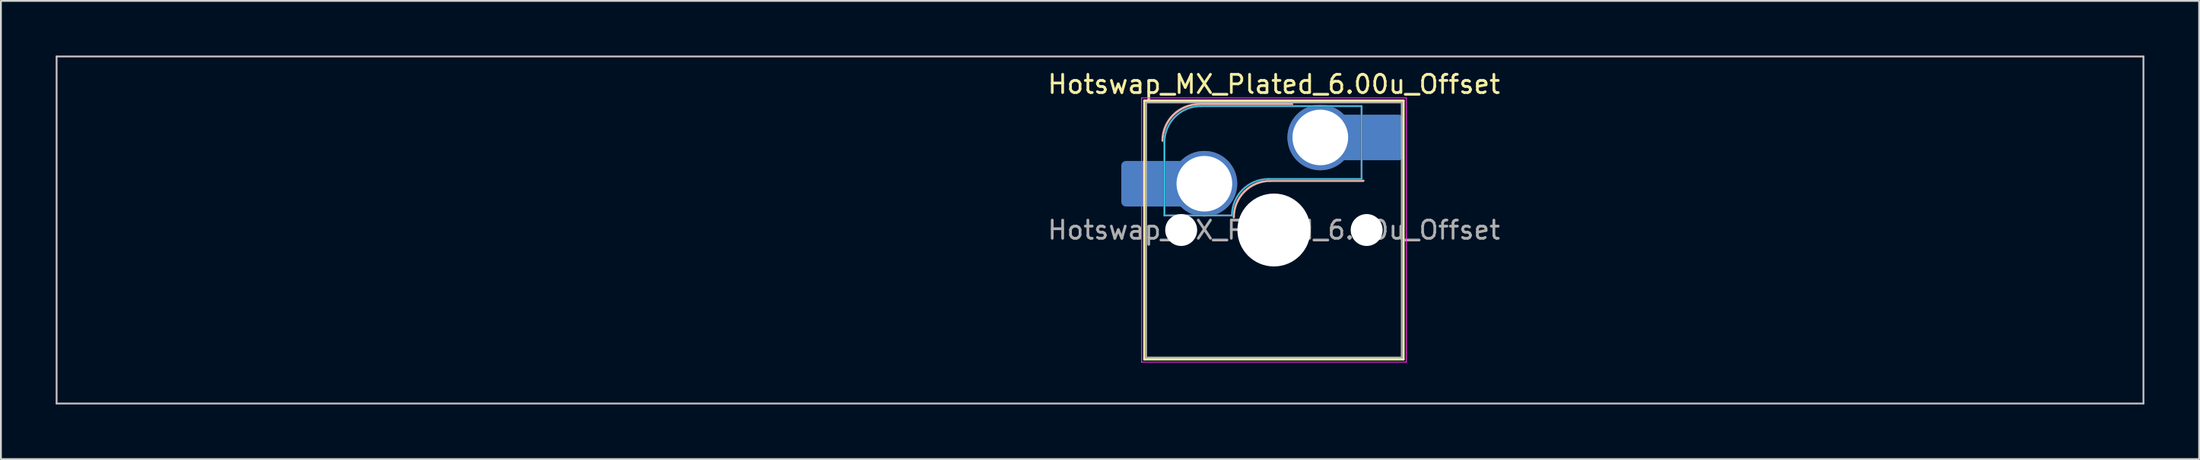
<source format=kicad_pcb>
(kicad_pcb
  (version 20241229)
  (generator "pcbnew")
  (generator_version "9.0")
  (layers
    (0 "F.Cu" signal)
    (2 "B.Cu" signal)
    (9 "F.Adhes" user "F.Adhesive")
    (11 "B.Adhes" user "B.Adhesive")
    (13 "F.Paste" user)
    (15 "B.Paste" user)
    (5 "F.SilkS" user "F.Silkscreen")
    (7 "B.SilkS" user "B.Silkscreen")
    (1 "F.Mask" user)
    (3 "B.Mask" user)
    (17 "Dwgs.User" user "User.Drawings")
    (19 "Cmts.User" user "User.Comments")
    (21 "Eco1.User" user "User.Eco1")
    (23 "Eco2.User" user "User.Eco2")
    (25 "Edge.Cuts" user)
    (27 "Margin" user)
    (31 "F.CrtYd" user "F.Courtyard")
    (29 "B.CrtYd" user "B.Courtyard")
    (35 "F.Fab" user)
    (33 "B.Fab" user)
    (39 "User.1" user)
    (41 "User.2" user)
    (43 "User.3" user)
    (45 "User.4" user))
  (footprint "Hotswap_MX_Plated_6.00u_Offset"
    (layer "F.Cu")
    (at 66.725 9.575)
    (property "Reference" "Hotswap_MX_Plated_6.00u_Offset" (at 0 -8 0) (layer "F.SilkS") (effects (font (size 1 1) (thickness 0.15))))
    (attr smd allow_soldermask_bridges)
    (fp_line (start -7.1 -7.1) (end -7.1 7.1) (stroke (width 0.12) (type solid)) (layer "F.SilkS"))
    (fp_line (start -7.1 7.1) (end 7.1 7.1) (stroke (width 0.12) (type solid)) (layer "F.SilkS"))
    (fp_line (start 7.1 -7.1) (end -7.1 -7.1) (stroke (width 0.12) (type solid)) (layer "F.SilkS"))
    (fp_line (start 7.1 7.1) (end 7.1 -7.1) (stroke (width 0.12) (type solid)) (layer "F.SilkS"))
    (fp_line (start -4.1 -6.9) (end 1 -6.9) (stroke (width 0.12) (type solid)) (layer "B.SilkS"))
    (fp_line (start -0.2 -2.7) (end 4.9 -2.7) (stroke (width 0.12) (type solid)) (layer "B.SilkS"))
    (fp_arc (start -6.1 -4.9) (mid -5.514214 -6.314214) (end -4.1 -6.9) (stroke (width 0.12) (type solid)) (layer "B.SilkS"))
    (fp_arc (start -2.2 -0.7) (mid -1.614214 -2.114214) (end -0.2 -2.7) (stroke (width 0.12) (type solid)) (layer "B.SilkS"))
    (fp_line (start -66.675 -9.525) (end -66.675 9.525) (stroke (width 0.1) (type solid)) (layer "Dwgs.User"))
    (fp_line (start -66.675 9.525) (end 47.625 9.525) (stroke (width 0.1) (type solid)) (layer "Dwgs.User"))
    (fp_line (start 47.625 -9.525) (end -66.675 -9.525) (stroke (width 0.1) (type solid)) (layer "Dwgs.User"))
    (fp_line (start 47.625 9.525) (end 47.625 -9.525) (stroke (width 0.1) (type solid)) (layer "Dwgs.User"))
    (fp_line (start -7.8 -6) (end -7 -6) (stroke (width 0.1) (type solid)) (layer "Eco1.User"))
    (fp_line (start -7.8 -2.9) (end -7.8 -6) (stroke (width 0.1) (type solid)) (layer "Eco1.User"))
    (fp_line (start -7.8 2.9) (end -7 2.9) (stroke (width 0.1) (type solid)) (layer "Eco1.User"))
    (fp_line (start -7.8 6) (end -7.8 2.9) (stroke (width 0.1) (type solid)) (layer "Eco1.User"))
    (fp_line (start -7 -7) (end 7 -7) (stroke (width 0.1) (type solid)) (layer "Eco1.User"))
    (fp_line (start -7 -6) (end -7 -7) (stroke (width 0.1) (type solid)) (layer "Eco1.User"))
    (fp_line (start -7 -2.9) (end -7.8 -2.9) (stroke (width 0.1) (type solid)) (layer "Eco1.User"))
    (fp_line (start -7 2.9) (end -7 -2.9) (stroke (width 0.1) (type solid)) (layer "Eco1.User"))
    (fp_line (start -7 6) (end -7.8 6) (stroke (width 0.1) (type solid)) (layer "Eco1.User"))
    (fp_line (start -7 7) (end -7 6) (stroke (width 0.1) (type solid)) (layer "Eco1.User"))
    (fp_line (start 7 -7) (end 7 -6) (stroke (width 0.1) (type solid)) (layer "Eco1.User"))
    (fp_line (start 7 -6) (end 7.8 -6) (stroke (width 0.1) (type solid)) (layer "Eco1.User"))
    (fp_line (start 7 -2.9) (end 7 2.9) (stroke (width 0.1) (type solid)) (layer "Eco1.User"))
    (fp_line (start 7 2.9) (end 7.8 2.9) (stroke (width 0.1) (type solid)) (layer "Eco1.User"))
    (fp_line (start 7 6) (end 7 7) (stroke (width 0.1) (type solid)) (layer "Eco1.User"))
    (fp_line (start 7 7) (end -7 7) (stroke (width 0.1) (type solid)) (layer "Eco1.User"))
    (fp_line (start 7.8 -6) (end 7.8 -2.9) (stroke (width 0.1) (type solid)) (layer "Eco1.User"))
    (fp_line (start 7.8 -2.9) (end 7 -2.9) (stroke (width 0.1) (type solid)) (layer "Eco1.User"))
    (fp_line (start 7.8 2.9) (end 7.8 6) (stroke (width 0.1) (type solid)) (layer "Eco1.User"))
    (fp_line (start 7.8 6) (end 7 6) (stroke (width 0.1) (type solid)) (layer "Eco1.User"))
    (fp_line (start -6 -0.8) (end -6 -4.8) (stroke (width 0.05) (type solid)) (layer "B.CrtYd"))
    (fp_line (start -6 -0.8) (end -2.3 -0.8) (stroke (width 0.05) (type solid)) (layer "B.CrtYd"))
    (fp_line (start -4 -6.8) (end 4.8 -6.8) (stroke (width 0.05) (type solid)) (layer "B.CrtYd"))
    (fp_line (start -0.3 -2.8) (end 4.8 -2.8) (stroke (width 0.05) (type solid)) (layer "B.CrtYd"))
    (fp_line (start 4.8 -6.8) (end 4.8 -2.8) (stroke (width 0.05) (type solid)) (layer "B.CrtYd"))
    (fp_arc (start -6 -4.8) (mid -5.414214 -6.214214) (end -4 -6.8) (stroke (width 0.05) (type solid)) (layer "B.CrtYd"))
    (fp_arc (start -2.3 -0.8) (mid -1.714214 -2.214214) (end -0.3 -2.8) (stroke (width 0.05) (type solid)) (layer "B.CrtYd"))
    (fp_line (start -7.25 -7.25) (end -7.25 7.25) (stroke (width 0.05) (type solid)) (layer "F.CrtYd"))
    (fp_line (start -7.25 7.25) (end 7.25 7.25) (stroke (width 0.05) (type solid)) (layer "F.CrtYd"))
    (fp_line (start 7.25 -7.25) (end -7.25 -7.25) (stroke (width 0.05) (type solid)) (layer "F.CrtYd"))
    (fp_line (start 7.25 7.25) (end 7.25 -7.25) (stroke (width 0.05) (type solid)) (layer "F.CrtYd"))
    (fp_line (start -6 -0.8) (end -6 -4.8) (stroke (width 0.12) (type solid)) (layer "B.Fab"))
    (fp_line (start -6 -0.8) (end -2.3 -0.8) (stroke (width 0.12) (type solid)) (layer "B.Fab"))
    (fp_line (start -4 -6.8) (end 4.8 -6.8) (stroke (width 0.12) (type solid)) (layer "B.Fab"))
    (fp_line (start -0.3 -2.8) (end 4.8 -2.8) (stroke (width 0.12) (type solid)) (layer "B.Fab"))
    (fp_line (start 4.8 -6.8) (end 4.8 -2.8) (stroke (width 0.12) (type solid)) (layer "B.Fab"))
    (fp_arc (start -6 -4.8) (mid -5.414214 -6.214214) (end -4 -6.8) (stroke (width 0.12) (type solid)) (layer "B.Fab"))
    (fp_arc (start -2.3 -0.8) (mid -1.714214 -2.214214) (end -0.3 -2.8) (stroke (width 0.12) (type solid)) (layer "B.Fab"))
    (fp_line (start -7 -7) (end -7 7) (stroke (width 0.1) (type solid)) (layer "F.Fab"))
    (fp_line (start -7 7) (end 7 7) (stroke (width 0.1) (type solid)) (layer "F.Fab"))
    (fp_line (start 7 -7) (end -7 -7) (stroke (width 0.1) (type solid)) (layer "F.Fab"))
    (fp_line (start 7 7) (end 7 -7) (stroke (width 0.1) (type solid)) (layer "F.Fab"))
    (fp_text user "${REFERENCE}" (at 0 0 0) (layer "F.Fab") (effects (font (size 1 1) (thickness 0.15))))
    (pad "" smd roundrect (at -7.085 -2.54) (size 2.55 2.5) (layers "B.Mask" "B.Paste") (roundrect_rratio 0.1))
    (pad "" np_thru_hole circle (at -5.08 0) (size 1.75 1.75) (drill 1.75) (layers "*.Cu" "*.Mask"))
    (pad "" np_thru_hole circle (at 0 0) (size 4 4) (drill 4) (layers "*.Cu" "*.Mask"))
    (pad "" np_thru_hole circle (at 5.08 0) (size 1.75 1.75) (drill 1.75) (layers "*.Cu" "*.Mask"))
    (pad "" smd roundrect (at 5.842 -5.08) (size 2.55 2.5) (layers "B.Mask" "B.Paste") (roundrect_rratio 0.1))
    (pad "1" smd roundrect (at -6.585 -2.54) (size 3.55 2.5) (layers "B.Cu") (roundrect_rratio 0.1))
    (pad "1" thru_hole circle (at -3.81 -2.54) (size 3.6 3.6) (drill 3.05) (layers "*.Cu" "*.Mask"))
    (pad "2" thru_hole circle (at 2.54 -5.08) (size 3.6 3.6) (drill 3.05) (layers "*.Cu" "*.Mask"))
    (pad "2" smd roundrect (at 5.32 -5.08) (size 3.55 2.5) (layers "B.Cu") (roundrect_rratio 0.1)))
  (gr_rect
    (start -3 -3)
    (end 117.4 22.15)
    (stroke (width 0.1) (type default))
    (fill no)
    (layer "Edge.Cuts")))
</source>
